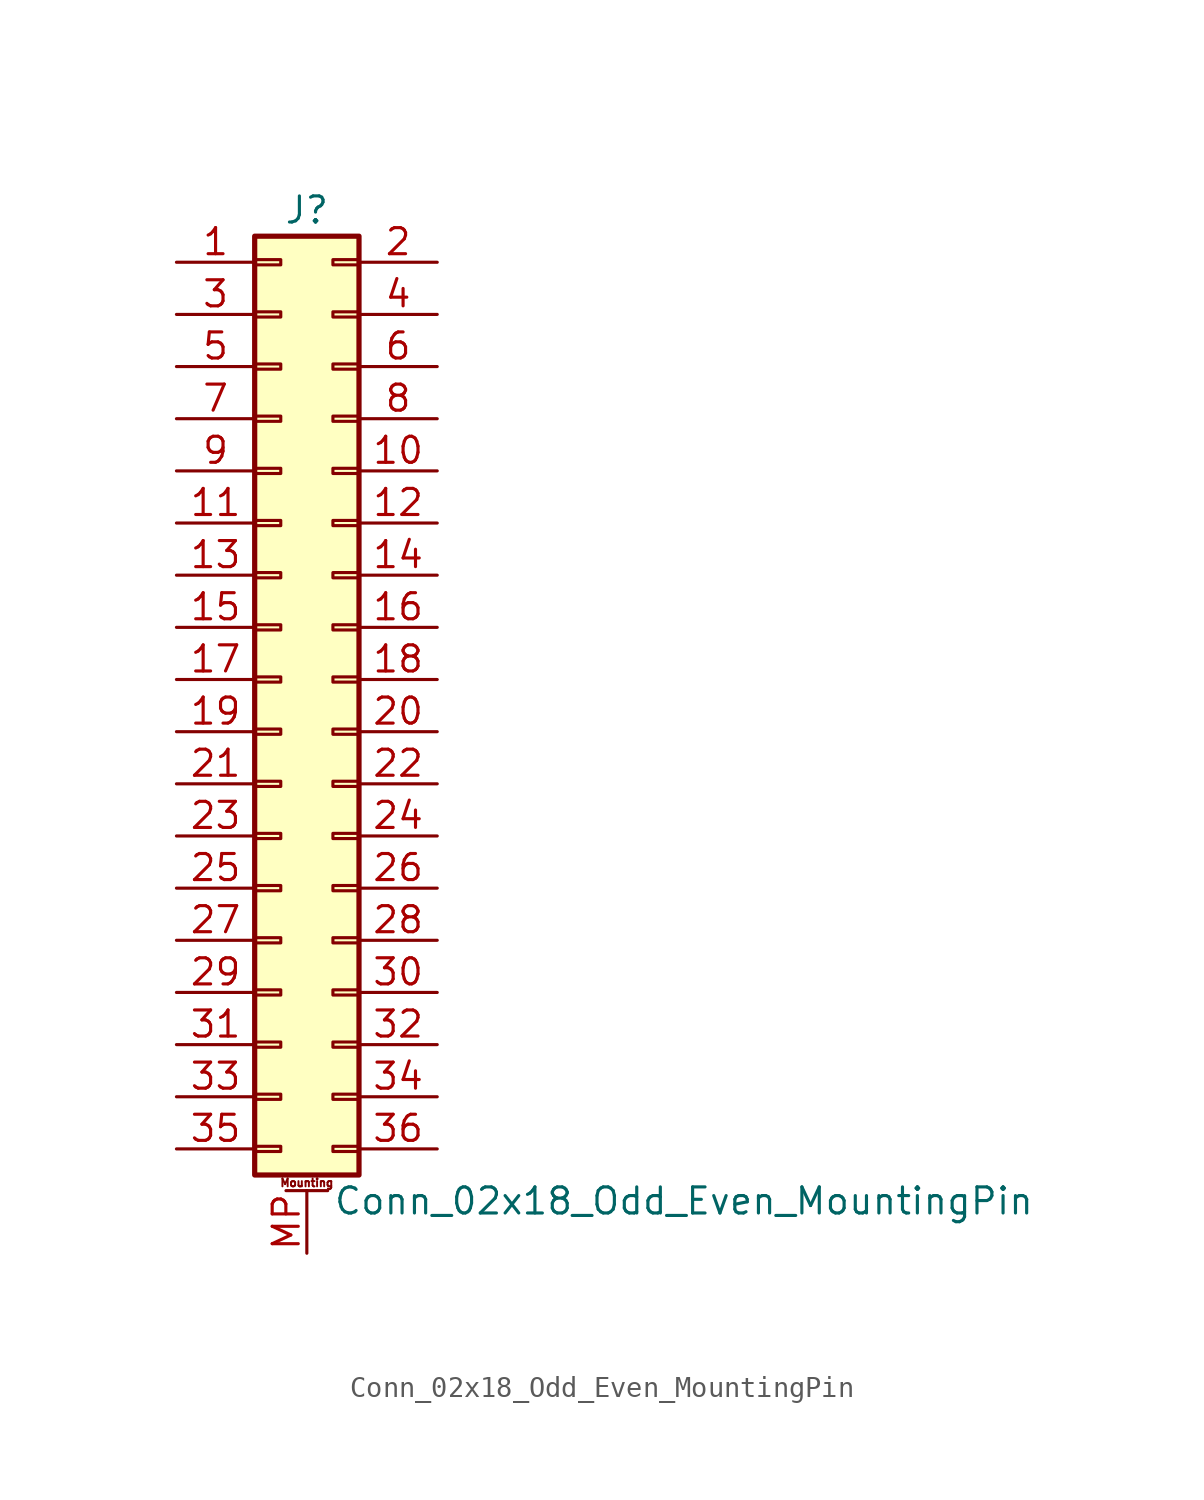
<source format=kicad_sym>
(kicad_symbol_lib
  (version 20201005)
  (generator kicad_symbol_editor)
  (symbol "Conn_02x18_Odd_Even_MountingPin"
    (pin_names
      (offset 1.016) hide)
    (property "Reference" "J"
      (at 1.27 22.86 0)
      (effects (font (size 1.27 1.27))))
    (property "Value" "Conn_02x18_Odd_Even_MountingPin"
      (at 2.54 -25.4 0)
      (effects (font (size 1.27 1.27)) (justify left)))
    (symbol "Conn_02x18_Odd_Even_MountingPin_1_1"
      (text "Mounting" (at 1.27 -24.511 0) (effects (font (size 0.381 0.381))))
      (rectangle (start -1.27 -22.733) (end 0 -22.987) (stroke (width 0.152)) (fill (type none)))
      (rectangle (start -1.27 -20.193) (end 0 -20.447) (stroke (width 0.152)) (fill (type none)))
      (rectangle (start -1.27 -17.653) (end 0 -17.907) (stroke (width 0.152)) (fill (type none)))
      (rectangle (start -1.27 -15.113) (end 0 -15.367) (stroke (width 0.152)) (fill (type none)))
      (rectangle (start -1.27 -12.573) (end 0 -12.827) (stroke (width 0.152)) (fill (type none)))
      (rectangle (start -1.27 -10.033) (end 0 -10.287) (stroke (width 0.152)) (fill (type none)))
      (rectangle (start -1.27 -7.493) (end 0 -7.747) (stroke (width 0.152)) (fill (type none)))
      (rectangle (start -1.27 -4.953) (end 0 -5.207) (stroke (width 0.152)) (fill (type none)))
      (rectangle (start -1.27 -2.413) (end 0 -2.667) (stroke (width 0.152)) (fill (type none)))
      (rectangle (start -1.27 0.127) (end 0 -0.127) (stroke (width 0.152)) (fill (type none)))
      (rectangle (start -1.27 2.667) (end 0 2.413) (stroke (width 0.152)) (fill (type none)))
      (rectangle (start -1.27 5.207) (end 0 4.953) (stroke (width 0.152)) (fill (type none)))
      (rectangle (start -1.27 7.747) (end 0 7.493) (stroke (width 0.152)) (fill (type none)))
      (rectangle (start -1.27 10.287) (end 0 10.033) (stroke (width 0.152)) (fill (type none)))
      (rectangle (start -1.27 12.827) (end 0 12.573) (stroke (width 0.152)) (fill (type none)))
      (rectangle (start -1.27 15.367) (end 0 15.113) (stroke (width 0.152)) (fill (type none)))
      (rectangle (start -1.27 17.907) (end 0 17.653) (stroke (width 0.152)) (fill (type none)))
      (rectangle (start -1.27 20.447) (end 0 20.193) (stroke (width 0.152)) (fill (type none)))
      (rectangle (start 3.81 -22.733) (end 2.54 -22.987) (stroke (width 0.152)) (fill (type none)))
      (rectangle (start 3.81 -20.193) (end 2.54 -20.447) (stroke (width 0.152)) (fill (type none)))
      (rectangle (start 3.81 -17.653) (end 2.54 -17.907) (stroke (width 0.152)) (fill (type none)))
      (rectangle (start 3.81 -15.113) (end 2.54 -15.367) (stroke (width 0.152)) (fill (type none)))
      (rectangle (start 3.81 -12.573) (end 2.54 -12.827) (stroke (width 0.152)) (fill (type none)))
      (rectangle (start 3.81 -10.033) (end 2.54 -10.287) (stroke (width 0.152)) (fill (type none)))
      (rectangle (start 3.81 -7.493) (end 2.54 -7.747) (stroke (width 0.152)) (fill (type none)))
      (rectangle (start 3.81 -4.953) (end 2.54 -5.207) (stroke (width 0.152)) (fill (type none)))
      (rectangle (start 3.81 -2.413) (end 2.54 -2.667) (stroke (width 0.152)) (fill (type none)))
      (rectangle (start 3.81 0.127) (end 2.54 -0.127) (stroke (width 0.152)) (fill (type none)))
      (rectangle (start 3.81 2.667) (end 2.54 2.413) (stroke (width 0.152)) (fill (type none)))
      (rectangle (start 3.81 5.207) (end 2.54 4.953) (stroke (width 0.152)) (fill (type none)))
      (rectangle (start 3.81 7.747) (end 2.54 7.493) (stroke (width 0.152)) (fill (type none)))
      (rectangle (start 3.81 10.287) (end 2.54 10.033) (stroke (width 0.152)) (fill (type none)))
      (rectangle (start 3.81 12.827) (end 2.54 12.573) (stroke (width 0.152)) (fill (type none)))
      (rectangle (start 3.81 15.367) (end 2.54 15.113) (stroke (width 0.152)) (fill (type none)))
      (rectangle (start 3.81 17.907) (end 2.54 17.653) (stroke (width 0.152)) (fill (type none)))
      (rectangle (start 3.81 20.447) (end 2.54 20.193) (stroke (width 0.152)) (fill (type none)))
      (rectangle (start -1.27 21.59) (end 3.81 -24.13) (stroke (width 0.254)) (fill (type background)))
      (polyline (pts (xy 0.254 -24.892) (xy 2.286 -24.892)) (stroke (width 0.152)) (fill (type none)))
      (pin passive line (at -5.08 20.32 0) (length 3.81) (name "Pin_1" (effects (font (size 1.27 1.27)))) (number "1" (effects (font (size 1.27 1.27)))))
      (pin passive line (at 7.62 10.16 180) (length 3.81) (name "Pin_10" (effects (font (size 1.27 1.27)))) (number "10" (effects (font (size 1.27 1.27)))))
      (pin passive line (at -5.08 7.62 0) (length 3.81) (name "Pin_11" (effects (font (size 1.27 1.27)))) (number "11" (effects (font (size 1.27 1.27)))))
      (pin passive line (at 7.62 7.62 180) (length 3.81) (name "Pin_12" (effects (font (size 1.27 1.27)))) (number "12" (effects (font (size 1.27 1.27)))))
      (pin passive line (at -5.08 5.08 0) (length 3.81) (name "Pin_13" (effects (font (size 1.27 1.27)))) (number "13" (effects (font (size 1.27 1.27)))))
      (pin passive line (at 7.62 5.08 180) (length 3.81) (name "Pin_14" (effects (font (size 1.27 1.27)))) (number "14" (effects (font (size 1.27 1.27)))))
      (pin passive line (at -5.08 2.54 0) (length 3.81) (name "Pin_15" (effects (font (size 1.27 1.27)))) (number "15" (effects (font (size 1.27 1.27)))))
      (pin passive line (at 7.62 2.54 180) (length 3.81) (name "Pin_16" (effects (font (size 1.27 1.27)))) (number "16" (effects (font (size 1.27 1.27)))))
      (pin passive line (at -5.08 0 0) (length 3.81) (name "Pin_17" (effects (font (size 1.27 1.27)))) (number "17" (effects (font (size 1.27 1.27)))))
      (pin passive line (at 7.62 0 180) (length 3.81) (name "Pin_18" (effects (font (size 1.27 1.27)))) (number "18" (effects (font (size 1.27 1.27)))))
      (pin passive line (at -5.08 -2.54 0) (length 3.81) (name "Pin_19" (effects (font (size 1.27 1.27)))) (number "19" (effects (font (size 1.27 1.27)))))
      (pin passive line (at 7.62 20.32 180) (length 3.81) (name "Pin_2" (effects (font (size 1.27 1.27)))) (number "2" (effects (font (size 1.27 1.27)))))
      (pin passive line (at 7.62 -2.54 180) (length 3.81) (name "Pin_20" (effects (font (size 1.27 1.27)))) (number "20" (effects (font (size 1.27 1.27)))))
      (pin passive line (at -5.08 -5.08 0) (length 3.81) (name "Pin_21" (effects (font (size 1.27 1.27)))) (number "21" (effects (font (size 1.27 1.27)))))
      (pin passive line (at 7.62 -5.08 180) (length 3.81) (name "Pin_22" (effects (font (size 1.27 1.27)))) (number "22" (effects (font (size 1.27 1.27)))))
      (pin passive line (at -5.08 -7.62 0) (length 3.81) (name "Pin_23" (effects (font (size 1.27 1.27)))) (number "23" (effects (font (size 1.27 1.27)))))
      (pin passive line (at 7.62 -7.62 180) (length 3.81) (name "Pin_24" (effects (font (size 1.27 1.27)))) (number "24" (effects (font (size 1.27 1.27)))))
      (pin passive line (at -5.08 -10.16 0) (length 3.81) (name "Pin_25" (effects (font (size 1.27 1.27)))) (number "25" (effects (font (size 1.27 1.27)))))
      (pin passive line (at 7.62 -10.16 180) (length 3.81) (name "Pin_26" (effects (font (size 1.27 1.27)))) (number "26" (effects (font (size 1.27 1.27)))))
      (pin passive line (at -5.08 -12.7 0) (length 3.81) (name "Pin_27" (effects (font (size 1.27 1.27)))) (number "27" (effects (font (size 1.27 1.27)))))
      (pin passive line (at 7.62 -12.7 180) (length 3.81) (name "Pin_28" (effects (font (size 1.27 1.27)))) (number "28" (effects (font (size 1.27 1.27)))))
      (pin passive line (at -5.08 -15.24 0) (length 3.81) (name "Pin_29" (effects (font (size 1.27 1.27)))) (number "29" (effects (font (size 1.27 1.27)))))
      (pin passive line (at -5.08 17.78 0) (length 3.81) (name "Pin_3" (effects (font (size 1.27 1.27)))) (number "3" (effects (font (size 1.27 1.27)))))
      (pin passive line (at 7.62 -15.24 180) (length 3.81) (name "Pin_30" (effects (font (size 1.27 1.27)))) (number "30" (effects (font (size 1.27 1.27)))))
      (pin passive line (at -5.08 -17.78 0) (length 3.81) (name "Pin_31" (effects (font (size 1.27 1.27)))) (number "31" (effects (font (size 1.27 1.27)))))
      (pin passive line (at 7.62 -17.78 180) (length 3.81) (name "Pin_32" (effects (font (size 1.27 1.27)))) (number "32" (effects (font (size 1.27 1.27)))))
      (pin passive line (at -5.08 -20.32 0) (length 3.81) (name "Pin_33" (effects (font (size 1.27 1.27)))) (number "33" (effects (font (size 1.27 1.27)))))
      (pin passive line (at 7.62 -20.32 180) (length 3.81) (name "Pin_34" (effects (font (size 1.27 1.27)))) (number "34" (effects (font (size 1.27 1.27)))))
      (pin passive line (at -5.08 -22.86 0) (length 3.81) (name "Pin_35" (effects (font (size 1.27 1.27)))) (number "35" (effects (font (size 1.27 1.27)))))
      (pin passive line (at 7.62 -22.86 180) (length 3.81) (name "Pin_36" (effects (font (size 1.27 1.27)))) (number "36" (effects (font (size 1.27 1.27)))))
      (pin passive line (at 7.62 17.78 180) (length 3.81) (name "Pin_4" (effects (font (size 1.27 1.27)))) (number "4" (effects (font (size 1.27 1.27)))))
      (pin passive line (at -5.08 15.24 0) (length 3.81) (name "Pin_5" (effects (font (size 1.27 1.27)))) (number "5" (effects (font (size 1.27 1.27)))))
      (pin passive line (at 7.62 15.24 180) (length 3.81) (name "Pin_6" (effects (font (size 1.27 1.27)))) (number "6" (effects (font (size 1.27 1.27)))))
      (pin passive line (at -5.08 12.7 0) (length 3.81) (name "Pin_7" (effects (font (size 1.27 1.27)))) (number "7" (effects (font (size 1.27 1.27)))))
      (pin passive line (at 7.62 12.7 180) (length 3.81) (name "Pin_8" (effects (font (size 1.27 1.27)))) (number "8" (effects (font (size 1.27 1.27)))))
      (pin passive line (at -5.08 10.16 0) (length 3.81) (name "Pin_9" (effects (font (size 1.27 1.27)))) (number "9" (effects (font (size 1.27 1.27)))))
      (pin passive line (at 1.27 -27.94 90) (length 3.048) (name "MountPin" (effects (font (size 1.27 1.27)))) (number "MP" (effects (font (size 1.27 1.27))))))))
</source>
